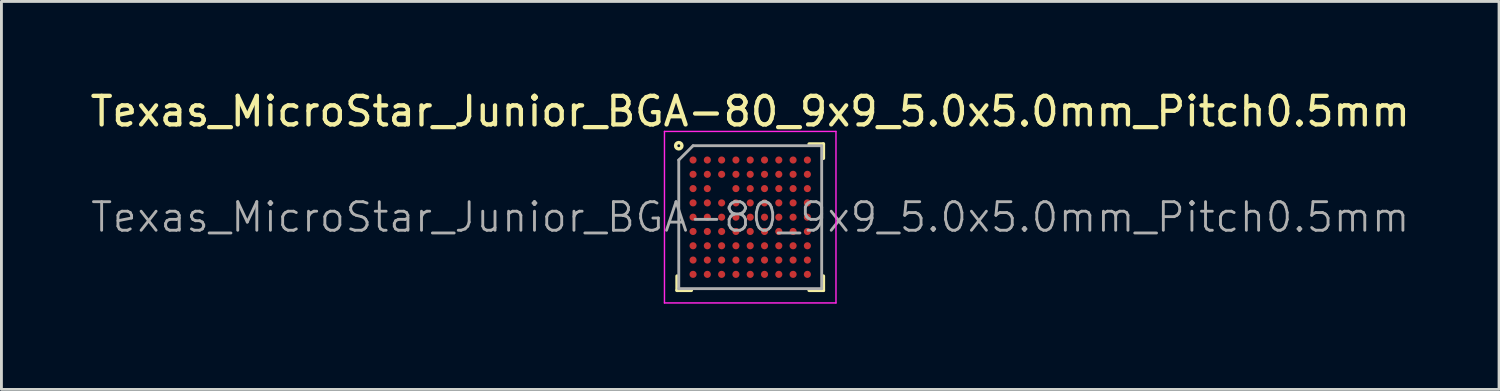
<source format=kicad_pcb>
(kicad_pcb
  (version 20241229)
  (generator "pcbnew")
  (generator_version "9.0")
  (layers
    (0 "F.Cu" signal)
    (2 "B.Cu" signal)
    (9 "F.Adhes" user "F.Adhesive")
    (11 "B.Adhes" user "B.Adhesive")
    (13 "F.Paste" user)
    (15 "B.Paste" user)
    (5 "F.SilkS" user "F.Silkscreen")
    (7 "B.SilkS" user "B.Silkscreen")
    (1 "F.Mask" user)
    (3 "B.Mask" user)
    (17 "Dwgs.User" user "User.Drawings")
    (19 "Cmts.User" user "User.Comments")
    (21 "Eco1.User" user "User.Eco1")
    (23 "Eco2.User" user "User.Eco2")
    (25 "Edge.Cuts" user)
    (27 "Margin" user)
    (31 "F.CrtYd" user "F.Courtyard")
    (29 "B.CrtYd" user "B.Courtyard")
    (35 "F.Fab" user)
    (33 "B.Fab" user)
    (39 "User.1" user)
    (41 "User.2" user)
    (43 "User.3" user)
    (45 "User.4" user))
  (footprint "Texas_MicroStar_Junior_BGA-80_9x9_5.0x5.0mm_Pitch0.5mm"
    (layer "F.Cu")
    (at 23.196 4.548)
    (property "Reference" "Texas_MicroStar_Junior_BGA-80_9x9_5.0x5.0mm_Pitch0.5mm" (at 0 -3.7 0) (layer "F.SilkS") (effects (font (size 1 1) (thickness 0.15))))
    (attr smd)
    (fp_line (start -2.56 2.06) (end -2.56 2.56) (stroke (width 0.12) (type solid)) (layer "F.SilkS"))
    (fp_line (start -2.56 2.56) (end -2.06 2.56) (stroke (width 0.12) (type solid)) (layer "F.SilkS"))
    (fp_line (start 2.06 -2.56) (end 2.56 -2.56) (stroke (width 0.12) (type solid)) (layer "F.SilkS"))
    (fp_line (start 2.56 -2.56) (end 2.56 -2.06) (stroke (width 0.12) (type solid)) (layer "F.SilkS"))
    (fp_line (start 2.56 2.56) (end 2.06 2.56) (stroke (width 0.12) (type solid)) (layer "F.SilkS"))
    (fp_line (start 2.56 2.56) (end 2.56 2.06) (stroke (width 0.12) (type solid)) (layer "F.SilkS"))
    (fp_circle (center -2.5 -2.5) (end -2.5 -2.45) (stroke (width 0.12) (type solid)) (fill no) (layer "F.SilkS"))
    (fp_line (start -3 -3) (end 3 -3) (stroke (width 0.05) (type solid)) (layer "F.CrtYd"))
    (fp_line (start -3 3) (end -3 -3) (stroke (width 0.05) (type solid)) (layer "F.CrtYd"))
    (fp_line (start 3 -3) (end 3 3) (stroke (width 0.05) (type solid)) (layer "F.CrtYd"))
    (fp_line (start 3 3) (end -3 3) (stroke (width 0.05) (type solid)) (layer "F.CrtYd"))
    (fp_line (start -2.5 2.5) (end -2.5 -2) (stroke (width 0.1) (type solid)) (layer "F.Fab"))
    (fp_line (start -2 -2.5) (end -2.5 -2) (stroke (width 0.1) (type solid)) (layer "F.Fab"))
    (fp_line (start -2 -2.5) (end 2.5 -2.5) (stroke (width 0.1) (type solid)) (layer "F.Fab"))
    (fp_line (start 2.5 -2.5) (end 2.5 2.5) (stroke (width 0.1) (type solid)) (layer "F.Fab"))
    (fp_line (start 2.5 2.5) (end -2.5 2.5) (stroke (width 0.1) (type solid)) (layer "F.Fab"))
    (fp_text user "${REFERENCE}" (at 0 0 0) (layer "F.Fab") (effects (font (size 1 1) (thickness 0.1))))
    (pad "A1" smd circle (at -2 -2) (size 0.25 0.25) (layers "F.Cu" "F.Mask" "F.Paste"))
    (pad "A2" smd circle (at -1.5 -2) (size 0.25 0.25) (layers "F.Cu" "F.Mask" "F.Paste"))
    (pad "A3" smd circle (at -1 -2) (size 0.25 0.25) (layers "F.Cu" "F.Mask" "F.Paste"))
    (pad "A4" smd circle (at -0.5 -2) (size 0.25 0.25) (layers "F.Cu" "F.Mask" "F.Paste"))
    (pad "A5" smd circle (at 0 -2) (size 0.25 0.25) (layers "F.Cu" "F.Mask" "F.Paste"))
    (pad "A6" smd circle (at 0.5 -2) (size 0.25 0.25) (layers "F.Cu" "F.Mask" "F.Paste"))
    (pad "A7" smd circle (at 1 -2) (size 0.25 0.25) (layers "F.Cu" "F.Mask" "F.Paste"))
    (pad "A8" smd circle (at 1.5 -2) (size 0.25 0.25) (layers "F.Cu" "F.Mask" "F.Paste"))
    (pad "A9" smd circle (at 2 -2) (size 0.25 0.25) (layers "F.Cu" "F.Mask" "F.Paste"))
    (pad "B1" smd circle (at -2 -1.5) (size 0.25 0.25) (layers "F.Cu" "F.Mask" "F.Paste"))
    (pad "B2" smd circle (at -1.5 -1.5) (size 0.25 0.25) (layers "F.Cu" "F.Mask" "F.Paste"))
    (pad "B3" smd circle (at -1 -1.5) (size 0.25 0.25) (layers "F.Cu" "F.Mask" "F.Paste"))
    (pad "B4" smd circle (at -0.5 -1.5) (size 0.25 0.25) (layers "F.Cu" "F.Mask" "F.Paste"))
    (pad "B5" smd circle (at 0 -1.5) (size 0.25 0.25) (layers "F.Cu" "F.Mask" "F.Paste"))
    (pad "B6" smd circle (at 0.5 -1.5) (size 0.25 0.25) (layers "F.Cu" "F.Mask" "F.Paste"))
    (pad "B7" smd circle (at 1 -1.5) (size 0.25 0.25) (layers "F.Cu" "F.Mask" "F.Paste"))
    (pad "B8" smd circle (at 1.5 -1.5) (size 0.25 0.25) (layers "F.Cu" "F.Mask" "F.Paste"))
    (pad "B9" smd circle (at 2 -1.5) (size 0.25 0.25) (layers "F.Cu" "F.Mask" "F.Paste"))
    (pad "C1" smd circle (at -2 -1) (size 0.25 0.25) (layers "F.Cu" "F.Mask" "F.Paste"))
    (pad "C2" smd circle (at -1.5 -1) (size 0.25 0.25) (layers "F.Cu" "F.Mask" "F.Paste"))
    (pad "C4" smd circle (at -0.5 -1) (size 0.25 0.25) (layers "F.Cu" "F.Mask" "F.Paste"))
    (pad "C5" smd circle (at 0 -1) (size 0.25 0.25) (layers "F.Cu" "F.Mask" "F.Paste"))
    (pad "C6" smd circle (at 0.5 -1) (size 0.25 0.25) (layers "F.Cu" "F.Mask" "F.Paste"))
    (pad "C7" smd circle (at 1 -1) (size 0.25 0.25) (layers "F.Cu" "F.Mask" "F.Paste"))
    (pad "C8" smd circle (at 1.5 -1) (size 0.25 0.25) (layers "F.Cu" "F.Mask" "F.Paste"))
    (pad "C9" smd circle (at 2 -1) (size 0.25 0.25) (layers "F.Cu" "F.Mask" "F.Paste"))
    (pad "D1" smd circle (at -2 -0.5) (size 0.25 0.25) (layers "F.Cu" "F.Mask" "F.Paste"))
    (pad "D2" smd circle (at -1.5 -0.5) (size 0.25 0.25) (layers "F.Cu" "F.Mask" "F.Paste"))
    (pad "D3" smd circle (at -1 -0.5) (size 0.25 0.25) (layers "F.Cu" "F.Mask" "F.Paste"))
    (pad "D4" smd circle (at -0.5 -0.5) (size 0.25 0.25) (layers "F.Cu" "F.Mask" "F.Paste"))
    (pad "D5" smd circle (at 0 -0.5) (size 0.25 0.25) (layers "F.Cu" "F.Mask" "F.Paste"))
    (pad "D6" smd circle (at 0.5 -0.5) (size 0.25 0.25) (layers "F.Cu" "F.Mask" "F.Paste"))
    (pad "D7" smd circle (at 1 -0.5) (size 0.25 0.25) (layers "F.Cu" "F.Mask" "F.Paste"))
    (pad "D8" smd circle (at 1.5 -0.5) (size 0.25 0.25) (layers "F.Cu" "F.Mask" "F.Paste"))
    (pad "D9" smd circle (at 2 -0.5) (size 0.25 0.25) (layers "F.Cu" "F.Mask" "F.Paste"))
    (pad "E1" smd circle (at -2 0) (size 0.25 0.25) (layers "F.Cu" "F.Mask" "F.Paste"))
    (pad "E2" smd circle (at -1.5 0) (size 0.25 0.25) (layers "F.Cu" "F.Mask" "F.Paste"))
    (pad "E3" smd circle (at -1 0) (size 0.25 0.25) (layers "F.Cu" "F.Mask" "F.Paste"))
    (pad "E4" smd circle (at -0.5 0) (size 0.25 0.25) (layers "F.Cu" "F.Mask" "F.Paste"))
    (pad "E5" smd circle (at 0 0) (size 0.25 0.25) (layers "F.Cu" "F.Mask" "F.Paste"))
    (pad "E6" smd circle (at 0.5 0) (size 0.25 0.25) (layers "F.Cu" "F.Mask" "F.Paste"))
    (pad "E7" smd circle (at 1 0) (size 0.25 0.25) (layers "F.Cu" "F.Mask" "F.Paste"))
    (pad "E8" smd circle (at 1.5 0) (size 0.25 0.25) (layers "F.Cu" "F.Mask" "F.Paste"))
    (pad "E9" smd circle (at 2 0) (size 0.25 0.25) (layers "F.Cu" "F.Mask" "F.Paste"))
    (pad "F1" smd circle (at -2 0.5) (size 0.25 0.25) (layers "F.Cu" "F.Mask" "F.Paste"))
    (pad "F2" smd circle (at -1.5 0.5) (size 0.25 0.25) (layers "F.Cu" "F.Mask" "F.Paste"))
    (pad "F3" smd circle (at -1 0.5) (size 0.25 0.25) (layers "F.Cu" "F.Mask" "F.Paste"))
    (pad "F4" smd circle (at -0.5 0.5) (size 0.25 0.25) (layers "F.Cu" "F.Mask" "F.Paste"))
    (pad "F5" smd circle (at 0 0.5) (size 0.25 0.25) (layers "F.Cu" "F.Mask" "F.Paste"))
    (pad "F6" smd circle (at 0.5 0.5) (size 0.25 0.25) (layers "F.Cu" "F.Mask" "F.Paste"))
    (pad "F7" smd circle (at 1 0.5) (size 0.25 0.25) (layers "F.Cu" "F.Mask" "F.Paste"))
    (pad "F8" smd circle (at 1.5 0.5) (size 0.25 0.25) (layers "F.Cu" "F.Mask" "F.Paste"))
    (pad "F9" smd circle (at 2 0.5) (size 0.25 0.25) (layers "F.Cu" "F.Mask" "F.Paste"))
    (pad "G1" smd circle (at -2 1) (size 0.25 0.25) (layers "F.Cu" "F.Mask" "F.Paste"))
    (pad "G2" smd circle (at -1.5 1) (size 0.25 0.25) (layers "F.Cu" "F.Mask" "F.Paste"))
    (pad "G3" smd circle (at -1 1) (size 0.25 0.25) (layers "F.Cu" "F.Mask" "F.Paste"))
    (pad "G4" smd circle (at -0.5 1) (size 0.25 0.25) (layers "F.Cu" "F.Mask" "F.Paste"))
    (pad "G5" smd circle (at 0 1) (size 0.25 0.25) (layers "F.Cu" "F.Mask" "F.Paste"))
    (pad "G6" smd circle (at 0.5 1) (size 0.25 0.25) (layers "F.Cu" "F.Mask" "F.Paste"))
    (pad "G7" smd circle (at 1 1) (size 0.25 0.25) (layers "F.Cu" "F.Mask" "F.Paste"))
    (pad "G8" smd circle (at 1.5 1) (size 0.25 0.25) (layers "F.Cu" "F.Mask" "F.Paste"))
    (pad "G9" smd circle (at 2 1) (size 0.25 0.25) (layers "F.Cu" "F.Mask" "F.Paste"))
    (pad "H1" smd circle (at -2 1.5) (size 0.25 0.25) (layers "F.Cu" "F.Mask" "F.Paste"))
    (pad "H2" smd circle (at -1.5 1.5) (size 0.25 0.25) (layers "F.Cu" "F.Mask" "F.Paste"))
    (pad "H3" smd circle (at -1 1.5) (size 0.25 0.25) (layers "F.Cu" "F.Mask" "F.Paste"))
    (pad "H4" smd circle (at -0.5 1.5) (size 0.25 0.25) (layers "F.Cu" "F.Mask" "F.Paste"))
    (pad "H5" smd circle (at 0 1.5) (size 0.25 0.25) (layers "F.Cu" "F.Mask" "F.Paste"))
    (pad "H6" smd circle (at 0.5 1.5) (size 0.25 0.25) (layers "F.Cu" "F.Mask" "F.Paste"))
    (pad "H7" smd circle (at 1 1.5) (size 0.25 0.25) (layers "F.Cu" "F.Mask" "F.Paste"))
    (pad "H8" smd circle (at 1.5 1.5) (size 0.25 0.25) (layers "F.Cu" "F.Mask" "F.Paste"))
    (pad "H9" smd circle (at 2 1.5) (size 0.25 0.25) (layers "F.Cu" "F.Mask" "F.Paste"))
    (pad "J1" smd circle (at -2 2) (size 0.25 0.25) (layers "F.Cu" "F.Mask" "F.Paste"))
    (pad "J2" smd circle (at -1.5 2) (size 0.25 0.25) (layers "F.Cu" "F.Mask" "F.Paste"))
    (pad "J3" smd circle (at -1 2) (size 0.25 0.25) (layers "F.Cu" "F.Mask" "F.Paste"))
    (pad "J4" smd circle (at -0.5 2) (size 0.25 0.25) (layers "F.Cu" "F.Mask" "F.Paste"))
    (pad "J5" smd circle (at 0 2) (size 0.25 0.25) (layers "F.Cu" "F.Mask" "F.Paste"))
    (pad "J6" smd circle (at 0.5 2) (size 0.25 0.25) (layers "F.Cu" "F.Mask" "F.Paste"))
    (pad "J7" smd circle (at 1 2) (size 0.25 0.25) (layers "F.Cu" "F.Mask" "F.Paste"))
    (pad "J8" smd circle (at 1.5 2) (size 0.25 0.25) (layers "F.Cu" "F.Mask" "F.Paste"))
    (pad "J9" smd circle (at 2 2) (size 0.25 0.25) (layers "F.Cu" "F.Mask" "F.Paste")))
  (gr_rect
    (start -3 -3)
    (end 49.393 10.573)
    (stroke (width 0.1) (type default))
    (fill no)
    (layer "Edge.Cuts")))
</source>
